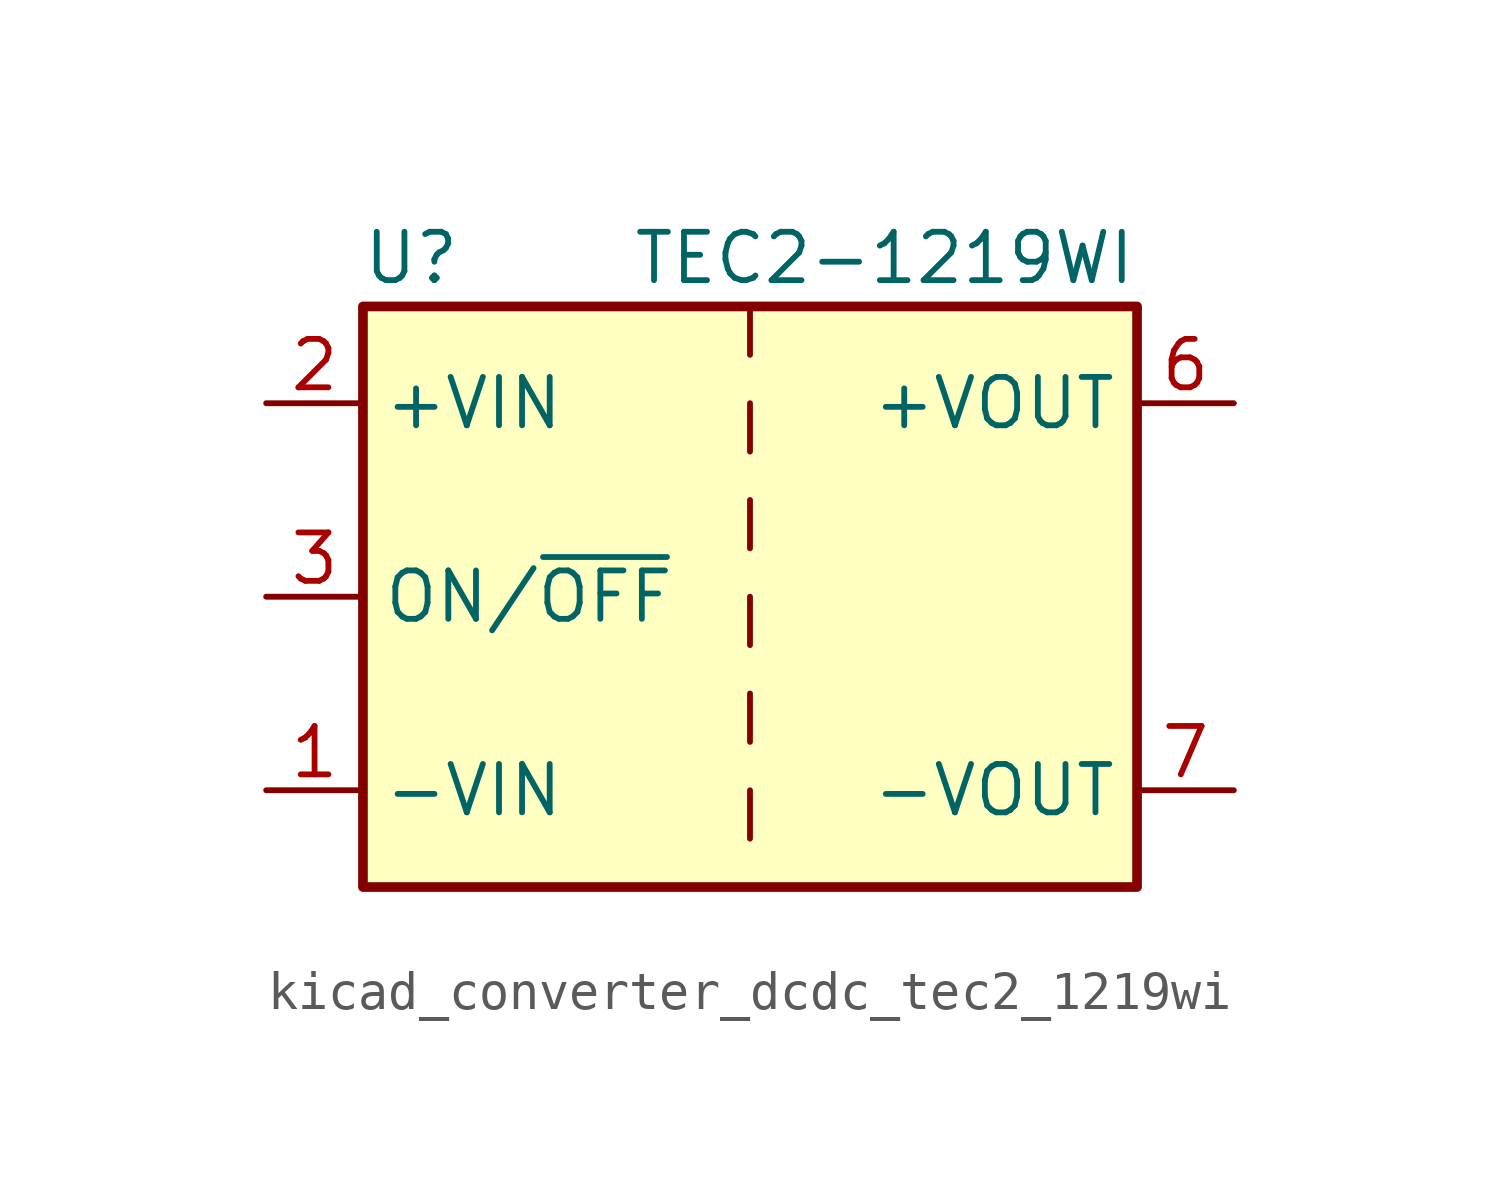
<source format=kicad_sym>
(kicad_symbol_lib
  (version 20220914)
  (generator kicad_symbol_editor)
  (symbol "kicad_converter_dcdc_tec2_1219wi"
    (property "Reference" "U"
      (at -8.89 8.89 0)
      (effects (font (size 1.27 1.27))))
    (property "Value" "TEC2-1219WI"
      (at 10.16 8.89 0)
      (effects (font (size 1.27 1.27)) (justify right)))
    (symbol "kicad_converter_dcdc_tec2_1219wi_0_1"
      (rectangle (start -10.16 7.62) (end 10.16 -7.62) (stroke (width 0.254) (type default)) (fill (type background)))
      (polyline (pts (xy 0 -5.08) (xy 0 -6.35)) (stroke (width 0) (type default)) (fill (type none)))
      (polyline (pts (xy 0 -2.54) (xy 0 -3.81)) (stroke (width 0) (type default)) (fill (type none)))
      (polyline (pts (xy 0 0) (xy 0 -1.27)) (stroke (width 0) (type default)) (fill (type none)))
      (polyline (pts (xy 0 2.54) (xy 0 1.27)) (stroke (width 0) (type default)) (fill (type none)))
      (polyline (pts (xy 0 5.08) (xy 0 3.81)) (stroke (width 0) (type default)) (fill (type none)))
      (polyline (pts (xy 0 7.62) (xy 0 6.35)) (stroke (width 0) (type default)) (fill (type none))))
    (symbol "kicad_converter_dcdc_tec2_1219wi_1_1"
      (pin power_in line (at -12.7 -5.08 0) (length 2.54) (name "-VIN" (effects (font (size 1.27 1.27)))) (number "1" (effects (font (size 1.27 1.27)))))
      (pin power_in line (at -12.7 5.08 0) (length 2.54) (name "+VIN" (effects (font (size 1.27 1.27)))) (number "2" (effects (font (size 1.27 1.27)))))
      (pin input line (at -12.7 0 0) (length 2.54) (name "ON/~{OFF}" (effects (font (size 1.27 1.27)))) (number "3" (effects (font (size 1.27 1.27)))))
      (pin no_connect line (at 10.16 2.54 180) (length 2.54) hide (name "NC" (effects (font (size 1.27 1.27)))) (number "5" (effects (font (size 1.27 1.27)))))
      (pin power_out line (at 12.7 5.08 180) (length 2.54) (name "+VOUT" (effects (font (size 1.27 1.27)))) (number "6" (effects (font (size 1.27 1.27)))))
      (pin power_out line (at 12.7 -5.08 180) (length 2.54) (name "-VOUT" (effects (font (size 1.27 1.27)))) (number "7" (effects (font (size 1.27 1.27)))))
      (pin no_connect line (at 10.16 0 180) (length 2.54) hide (name "NC" (effects (font (size 1.27 1.27)))) (number "8" (effects (font (size 1.27 1.27))))))))
</source>
